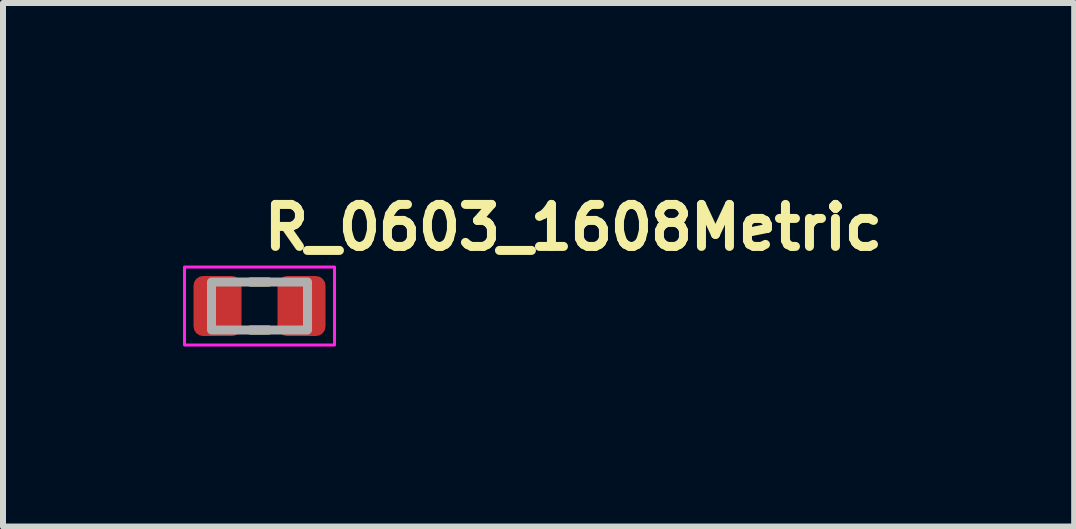
<source format=kicad_pcb>
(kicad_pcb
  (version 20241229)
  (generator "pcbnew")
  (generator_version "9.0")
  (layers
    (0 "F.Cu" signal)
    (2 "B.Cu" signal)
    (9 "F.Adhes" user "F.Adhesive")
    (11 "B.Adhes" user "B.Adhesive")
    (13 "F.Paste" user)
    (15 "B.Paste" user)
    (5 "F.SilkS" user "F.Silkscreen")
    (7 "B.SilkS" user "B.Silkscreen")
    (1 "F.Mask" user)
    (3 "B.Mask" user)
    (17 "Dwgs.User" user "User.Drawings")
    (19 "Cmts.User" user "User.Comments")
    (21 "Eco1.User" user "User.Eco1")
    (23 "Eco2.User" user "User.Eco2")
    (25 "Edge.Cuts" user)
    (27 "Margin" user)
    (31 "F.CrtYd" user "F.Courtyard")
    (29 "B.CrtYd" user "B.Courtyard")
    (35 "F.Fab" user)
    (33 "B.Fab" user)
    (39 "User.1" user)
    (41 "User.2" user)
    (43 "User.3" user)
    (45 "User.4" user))
  (footprint "R_0603_1608Metric"
    (layer "F.Cu")
    (at 1.275 2.05)
    (property "Reference" "R_0603_1608Metric" (at 0 -0.9 0) (layer "F.SilkS") (effects (font (size 0.7 0.7) (thickness 0.15)) (justify left bottom)))
    (attr smd)
    (fp_line (start -0.15 -0.4) (end 0.15 -0.4) (stroke (width 0.15) (type solid)) (layer "F.SilkS"))
    (fp_line (start -0.15 0.4) (end 0.15 0.4) (stroke (width 0.15) (type solid)) (layer "F.SilkS"))
    (fp_rect (start -1.25 -0.65) (end 1.25 0.65) (stroke (width 0.05) (type solid)) (fill no) (layer "F.CrtYd"))
    (fp_rect (start -0.8 -0.4) (end 0.8 0.4) (stroke (width 0.15) (type solid)) (fill no) (layer "F.Fab"))
    (fp_rect (start -0.8 -0.4) (end 0.8 0.4) (stroke (width 0.1) (type solid)) (fill no) (layer "User.5"))
    (fp_line (start -0.802 -0.398) (end -0.802 0.396) (stroke (width 0.02) (type solid)) (layer "User.9"))
    (fp_line (start -0.802 -0.398) (end -0.5 -0.398) (stroke (width 0.02) (type solid)) (layer "User.9"))
    (fp_line (start -0.5 -0.402) (end -0.5 0.4) (stroke (width 0.02) (type solid)) (layer "User.9"))
    (fp_line (start -0.5 -0.402) (end 0.498 -0.402) (stroke (width 0.02) (type solid)) (layer "User.9"))
    (fp_line (start -0.5 0.396) (end -0.802 0.396) (stroke (width 0.02) (type solid)) (layer "User.9"))
    (fp_line (start 0.498 -0.402) (end 0.498 0.4) (stroke (width 0.02) (type solid)) (layer "User.9"))
    (fp_line (start 0.498 -0.398) (end 0.8 -0.398) (stroke (width 0.02) (type solid)) (layer "User.9"))
    (fp_line (start 0.498 0.4) (end -0.5 0.4) (stroke (width 0.02) (type solid)) (layer "User.9"))
    (fp_line (start 0.8 -0.398) (end 0.8 0.396) (stroke (width 0.02) (type solid)) (layer "User.9"))
    (fp_line (start 0.8 0.396) (end 0.498 0.396) (stroke (width 0.02) (type solid)) (layer "User.9"))
    (pad "1" smd roundrect (at -0.7 0) (size 0.8 1) (layers "F.Cu" "F.Mask" "F.Paste") (roundrect_rratio 0.2))
    (pad "2" smd roundrect (at 0.7 0) (size 0.8 1) (layers "F.Cu" "F.Mask" "F.Paste") (roundrect_rratio 0.2)))
  (gr_rect
    (start -3 -3)
    (end 14.852 5.725)
    (stroke (width 0.1) (type default))
    (fill no)
    (layer "Edge.Cuts")))
</source>
